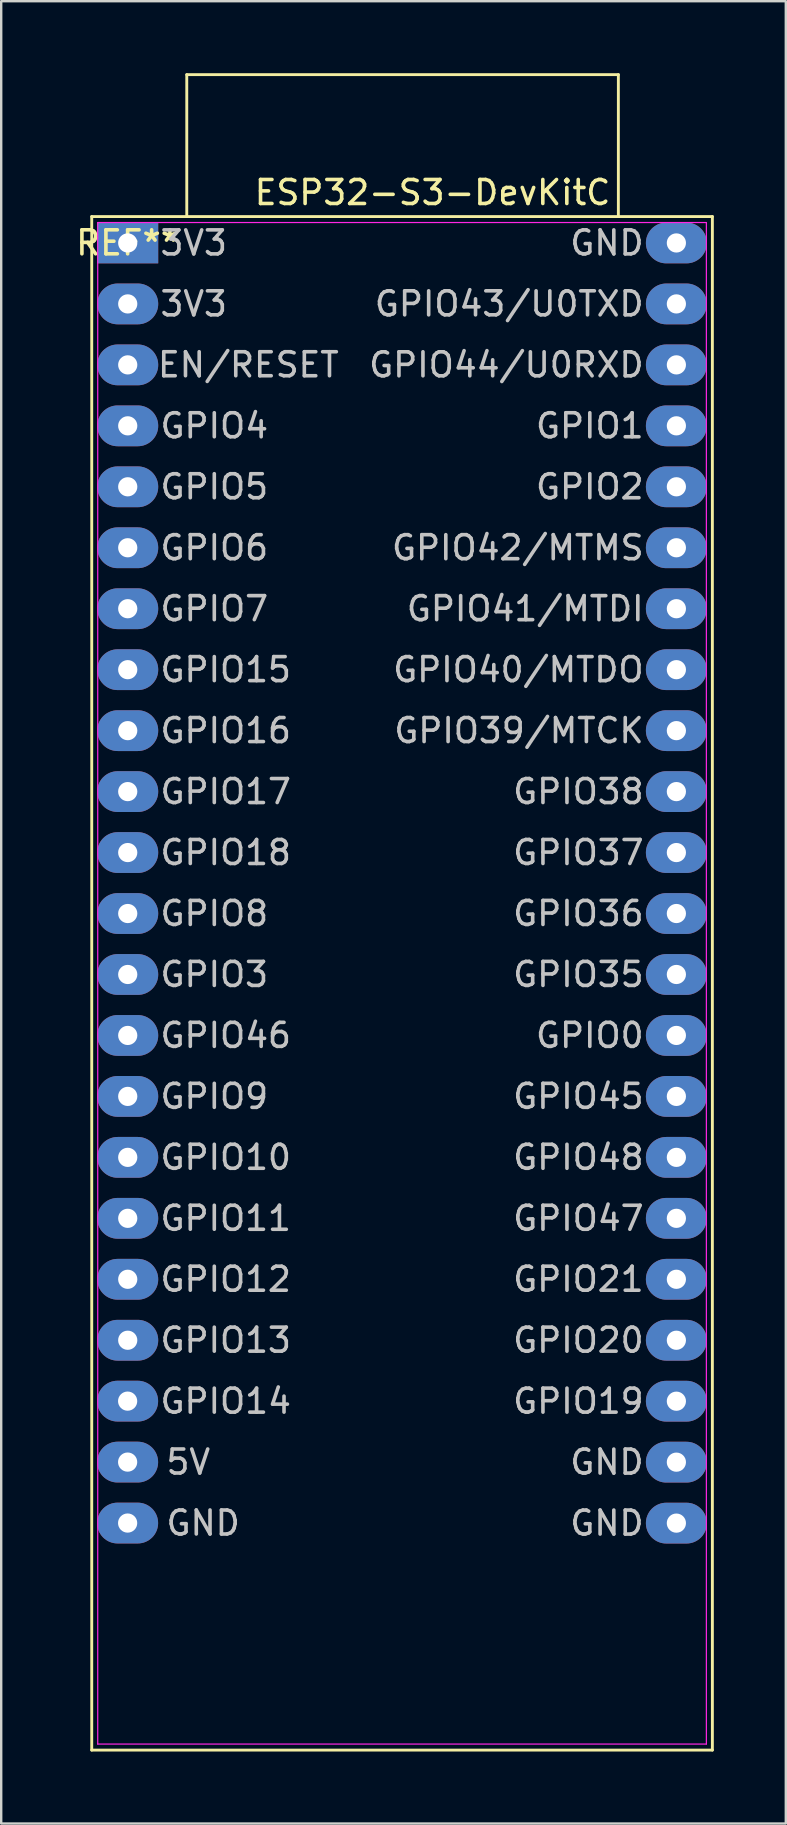
<source format=kicad_pcb>
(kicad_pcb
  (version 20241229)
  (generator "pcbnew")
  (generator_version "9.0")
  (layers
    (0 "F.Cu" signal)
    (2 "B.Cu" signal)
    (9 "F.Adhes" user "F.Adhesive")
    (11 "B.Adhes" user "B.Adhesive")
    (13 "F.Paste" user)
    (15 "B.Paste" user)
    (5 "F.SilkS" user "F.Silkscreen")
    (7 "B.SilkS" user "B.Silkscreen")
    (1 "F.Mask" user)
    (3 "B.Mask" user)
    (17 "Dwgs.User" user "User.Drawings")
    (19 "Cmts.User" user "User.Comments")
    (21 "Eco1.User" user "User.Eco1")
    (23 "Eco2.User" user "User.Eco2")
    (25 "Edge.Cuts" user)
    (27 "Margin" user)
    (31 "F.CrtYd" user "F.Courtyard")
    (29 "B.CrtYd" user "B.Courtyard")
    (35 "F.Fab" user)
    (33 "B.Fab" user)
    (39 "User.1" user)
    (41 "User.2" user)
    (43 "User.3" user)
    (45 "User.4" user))
  (footprint "ESP32-S3-DevKitC"
    (layer "F.Cu")
    (at 2.272 7.073)
    (property "Reference" "ESP32-S3-DevKitC" (at 12.7 -2.1 0) (layer "F.SilkS") (effects (font (size 1 1) (thickness 0.15))))
    (attr through_hole)
    (fp_line (start -1.5 62.797) (end 24.36 62.797) (stroke (width 0.12) (type solid)) (layer "F.SilkS"))
    (fp_line (start -1.5 -1.1) (end -1.5 62.797) (stroke (width 0.12) (type solid)) (layer "F.SilkS"))
    (fp_line (start 2.46 -7.013) (end 20.443 -7.013) (stroke (width 0.12) (type solid)) (layer "F.SilkS"))
    (fp_line (start 2.46 -1.12) (end 2.46 -7.013) (stroke (width 0.12) (type solid)) (layer "F.SilkS"))
    (fp_line (start 20.443 -7.013) (end 20.443 -1.12) (stroke (width 0.12) (type solid)) (layer "F.SilkS"))
    (fp_line (start 24.36 62.797) (end 24.36 -1.1) (stroke (width 0.12) (type solid)) (layer "F.SilkS"))
    (fp_line (start 24.36 -1.1) (end -1.5 -1.1) (stroke (width 0.12) (type solid)) (layer "F.SilkS"))
    (fp_line (start -1.25 -0.85) (end 24.11 -0.85) (stroke (width 0.05) (type solid)) (layer "F.CrtYd"))
    (fp_line (start -1.25 62.547) (end -1.25 -0.85) (stroke (width 0.05) (type solid)) (layer "F.CrtYd"))
    (fp_line (start 24.11 -0.85) (end 24.11 62.547) (stroke (width 0.05) (type solid)) (layer "F.CrtYd"))
    (fp_line (start 24.11 62.547) (end -1.25 62.547) (stroke (width 0.05) (type solid)) (layer "F.CrtYd"))
    (fp_text user "REF**" (at -0.004 -0.003 0) (layer "F.SilkS") (effects (font (size 1 1) (thickness 0.15))))
    (fp_text user "GPIO7" (at 1.27 15.24 0) (unlocked yes) (layer "Dwgs.User") (effects (font (size 1 1) (thickness 0.15)) (justify left)))
    (fp_text user "GPIO16" (at 1.27 20.32 0) (unlocked yes) (layer "Dwgs.User") (effects (font (size 1 1) (thickness 0.15)) (justify left)))
    (fp_text user "GPIO48" (at 21.59 38.1 0) (unlocked yes) (layer "Dwgs.User") (effects (font (size 1 1) (thickness 0.15)) (justify right)))
    (fp_text user "GPIO38" (at 21.59 22.86 0) (unlocked yes) (layer "Dwgs.User") (effects (font (size 1 1) (thickness 0.15)) (justify right)))
    (fp_text user "GND" (at 21.59 53.34 0) (unlocked yes) (layer "Dwgs.User") (effects (font (size 1 1) (thickness 0.15)) (justify right)))
    (fp_text user "GND" (at 21.59 50.8 0) (unlocked yes) (layer "Dwgs.User") (effects (font (size 1 1) (thickness 0.15)) (justify right)))
    (fp_text user "GPIO13" (at 1.27 45.72 0) (unlocked yes) (layer "Dwgs.User") (effects (font (size 1 1) (thickness 0.15)) (justify left)))
    (fp_text user "GPIO8" (at 1.27 27.94 0) (unlocked yes) (layer "Dwgs.User") (effects (font (size 1 1) (thickness 0.15)) (justify left)))
    (fp_text user "GPIO46" (at 1.27 33.02 0) (unlocked yes) (layer "Dwgs.User") (effects (font (size 1 1) (thickness 0.15)) (justify left)))
    (fp_text user "GPIO10" (at 1.27 38.1 0) (unlocked yes) (layer "Dwgs.User") (effects (font (size 1 1) (thickness 0.15)) (justify left)))
    (fp_text user "5V" (at 1.52 50.797 0) (unlocked yes) (layer "Dwgs.User") (effects (font (size 1 1) (thickness 0.15)) (justify left)))
    (fp_text user "GPIO1" (at 21.59 7.62 0) (unlocked yes) (layer "Dwgs.User") (effects (font (size 1 1) (thickness 0.15)) (justify right)))
    (fp_text user "GPIO41/MTDI" (at 21.59 15.24 0) (unlocked yes) (layer "Dwgs.User") (effects (font (size 1 1) (thickness 0.15)) (justify right)))
    (fp_text user "GPIO39/MTCK" (at 21.59 20.32 0) (unlocked yes) (layer "Dwgs.User") (effects (font (size 1 1) (thickness 0.15)) (justify right)))
    (fp_text user "GPIO5" (at 1.27 10.16 0) (unlocked yes) (layer "Dwgs.User") (effects (font (size 1 1) (thickness 0.15)) (justify left)))
    (fp_text user "GPIO3" (at 1.27 30.48 0) (unlocked yes) (layer "Dwgs.User") (effects (font (size 1 1) (thickness 0.15)) (justify left)))
    (fp_text user "GPIO14" (at 1.27 48.26 0) (unlocked yes) (layer "Dwgs.User") (effects (font (size 1 1) (thickness 0.15)) (justify left)))
    (fp_text user "GPIO9" (at 1.27 35.56 0) (unlocked yes) (layer "Dwgs.User") (effects (font (size 1 1) (thickness 0.15)) (justify left)))
    (fp_text user "GPIO36" (at 21.59 27.94 0) (unlocked yes) (layer "Dwgs.User") (effects (font (size 1 1) (thickness 0.15)) (justify right)))
    (fp_text user "GPIO17" (at 1.27 22.86 0) (unlocked yes) (layer "Dwgs.User") (effects (font (size 1 1) (thickness 0.15)) (justify left)))
    (fp_text user "GND" (at 21.59 0 0) (unlocked yes) (layer "Dwgs.User") (effects (font (size 1 1) (thickness 0.15)) (justify right)))
    (fp_text user "GPIO2" (at 21.59 10.16 0) (unlocked yes) (layer "Dwgs.User") (effects (font (size 1 1) (thickness 0.15)) (justify right)))
    (fp_text user "GPIO45" (at 21.59 35.56 0) (unlocked yes) (layer "Dwgs.User") (effects (font (size 1 1) (thickness 0.15)) (justify right)))
    (fp_text user "GPIO35" (at 21.59 30.48 0) (unlocked yes) (layer "Dwgs.User") (effects (font (size 1 1) (thickness 0.15)) (justify right)))
    (fp_text user "GND" (at 1.52 53.337 0) (unlocked yes) (layer "Dwgs.User") (effects (font (size 1 1) (thickness 0.15)) (justify left)))
    (fp_text user "3V3" (at 1.27 2.54 0) (unlocked yes) (layer "Dwgs.User") (effects (font (size 1 1) (thickness 0.15)) (justify left)))
    (fp_text user "GPIO15" (at 1.27 17.78 0) (unlocked yes) (layer "Dwgs.User") (effects (font (size 1 1) (thickness 0.15)) (justify left)))
    (fp_text user "GPIO0" (at 21.59 33.02 0) (unlocked yes) (layer "Dwgs.User") (effects (font (size 1 1) (thickness 0.15)) (justify right)))
    (fp_text user "GPIO21" (at 21.59 43.18 0) (unlocked yes) (layer "Dwgs.User") (effects (font (size 1 1) (thickness 0.15)) (justify right)))
    (fp_text user "GPIO12" (at 1.27 43.18 0) (unlocked yes) (layer "Dwgs.User") (effects (font (size 1 1) (thickness 0.15)) (justify left)))
    (fp_text user "GPIO4" (at 1.27 7.62 0) (unlocked yes) (layer "Dwgs.User") (effects (font (size 1 1) (thickness 0.15)) (justify left)))
    (fp_text user "GPIO19" (at 21.59 48.26 0) (unlocked yes) (layer "Dwgs.User") (effects (font (size 1 1) (thickness 0.15)) (justify right)))
    (fp_text user "EN/RESET" (at 8.886 5.077 0) (unlocked yes) (layer "Dwgs.User") (effects (font (size 1 1) (thickness 0.15)) (justify right)))
    (fp_text user "GPIO20" (at 21.59 45.72 0) (unlocked yes) (layer "Dwgs.User") (effects (font (size 1 1) (thickness 0.15)) (justify right)))
    (fp_text user "GPIO40/MTDO" (at 21.59 17.78 0) (unlocked yes) (layer "Dwgs.User") (effects (font (size 1 1) (thickness 0.15)) (justify right)))
    (fp_text user "GPIO44/U0RXD" (at 21.59 5.08 0) (unlocked yes) (layer "Dwgs.User") (effects (font (size 1 1) (thickness 0.15)) (justify right)))
    (fp_text user "GPIO6" (at 1.27 12.7 0) (unlocked yes) (layer "Dwgs.User") (effects (font (size 1 1) (thickness 0.15)) (justify left)))
    (fp_text user "GPIO37" (at 21.59 25.4 0) (unlocked yes) (layer "Dwgs.User") (effects (font (size 1 1) (thickness 0.15)) (justify right)))
    (fp_text user "GPIO42/MTMS" (at 21.59 12.7 0) (unlocked yes) (layer "Dwgs.User") (effects (font (size 1 1) (thickness 0.15)) (justify right)))
    (fp_text user "GPIO18" (at 1.27 25.4 0) (unlocked yes) (layer "Dwgs.User") (effects (font (size 1 1) (thickness 0.15)) (justify left)))
    (fp_text user "GPIO47" (at 21.59 40.64 0) (unlocked yes) (layer "Dwgs.User") (effects (font (size 1 1) (thickness 0.15)) (justify right)))
    (fp_text user "GPIO11" (at 1.27 40.64 0) (unlocked yes) (layer "Dwgs.User") (effects (font (size 1 1) (thickness 0.15)) (justify left)))
    (fp_text user "3V3" (at 1.27 0 0) (unlocked yes) (layer "Dwgs.User") (effects (font (size 1 1) (thickness 0.15)) (justify left)))
    (fp_text user "GPIO43/U0TXD" (at 21.59 2.54 0) (unlocked yes) (layer "Dwgs.User") (effects (font (size 1 1) (thickness 0.15)) (justify right)))
    (pad "1" thru_hole rect (at 0 0 270) (size 1.7 2.54) (drill 0.8) (layers "*.Cu" "*.Mask"))
    (pad "2" thru_hole oval (at 0 2.54 270) (size 1.7 2.54) (drill 0.8) (layers "*.Cu" "*.Mask"))
    (pad "3" thru_hole oval (at 0 5.08 270) (size 1.7 2.54) (drill 0.8) (layers "*.Cu" "*.Mask"))
    (pad "4" thru_hole oval (at 0 7.62 270) (size 1.7 2.54) (drill 0.8) (layers "*.Cu" "*.Mask"))
    (pad "5" thru_hole oval (at 0 10.16 270) (size 1.7 2.54) (drill 0.8) (layers "*.Cu" "*.Mask"))
    (pad "6" thru_hole oval (at 0 12.7 270) (size 1.7 2.54) (drill 0.8) (layers "*.Cu" "*.Mask"))
    (pad "7" thru_hole oval (at 0 15.24 270) (size 1.7 2.54) (drill 0.8) (layers "*.Cu" "*.Mask"))
    (pad "8" thru_hole oval (at 0 17.78 270) (size 1.7 2.54) (drill 0.8) (layers "*.Cu" "*.Mask"))
    (pad "9" thru_hole oval (at 0 20.32 270) (size 1.7 2.54) (drill 0.8) (layers "*.Cu" "*.Mask"))
    (pad "10" thru_hole oval (at 0 22.86 270) (size 1.7 2.54) (drill 0.8) (layers "*.Cu" "*.Mask"))
    (pad "11" thru_hole oval (at 0 25.4 270) (size 1.7 2.54) (drill 0.8) (layers "*.Cu" "*.Mask"))
    (pad "12" thru_hole oval (at 0 27.94 270) (size 1.7 2.54) (drill 0.8) (layers "*.Cu" "*.Mask"))
    (pad "13" thru_hole oval (at 0 30.48 270) (size 1.7 2.54) (drill 0.8) (layers "*.Cu" "*.Mask"))
    (pad "14" thru_hole oval (at 0 33.02 270) (size 1.7 2.54) (drill 0.8) (layers "*.Cu" "*.Mask"))
    (pad "15" thru_hole oval (at 0 35.56 270) (size 1.7 2.54) (drill 0.8) (layers "*.Cu" "*.Mask"))
    (pad "16" thru_hole oval (at 0 38.1 270) (size 1.7 2.54) (drill 0.8) (layers "*.Cu" "*.Mask"))
    (pad "17" thru_hole oval (at 0 40.64 270) (size 1.7 2.54) (drill 0.8) (layers "*.Cu" "*.Mask"))
    (pad "18" thru_hole oval (at 0 43.18 270) (size 1.7 2.54) (drill 0.8) (layers "*.Cu" "*.Mask"))
    (pad "19" thru_hole oval (at 0 45.72 270) (size 1.7 2.54) (drill 0.8) (layers "*.Cu" "*.Mask"))
    (pad "20" thru_hole oval (at -0.004 48.257 270) (size 1.7 2.54) (drill 0.8) (layers "*.Cu" "*.Mask"))
    (pad "21" thru_hole oval (at -0.004 50.797 270) (size 1.7 2.54) (drill 0.8) (layers "*.Cu" "*.Mask"))
    (pad "22" thru_hole oval (at -0.004 53.337 270) (size 1.7 2.54) (drill 0.8) (layers "*.Cu" "*.Mask"))
    (pad "23" thru_hole oval (at 22.86 53.34 270) (size 1.7 2.54) (drill 0.8) (layers "*.Cu" "*.Mask"))
    (pad "24" thru_hole oval (at 22.86 50.8 270) (size 1.7 2.54) (drill 0.8) (layers "*.Cu" "*.Mask"))
    (pad "25" thru_hole oval (at 22.86 48.26 270) (size 1.7 2.54) (drill 0.8) (layers "*.Cu" "*.Mask"))
    (pad "26" thru_hole oval (at 22.86 45.72 270) (size 1.7 2.54) (drill 0.8) (layers "*.Cu" "*.Mask"))
    (pad "27" thru_hole oval (at 22.86 43.18 270) (size 1.7 2.54) (drill 0.8) (layers "*.Cu" "*.Mask"))
    (pad "28" thru_hole oval (at 22.86 40.64 270) (size 1.7 2.54) (drill 0.8) (layers "*.Cu" "*.Mask"))
    (pad "29" thru_hole oval (at 22.86 38.1 270) (size 1.7 2.54) (drill 0.8) (layers "*.Cu" "*.Mask"))
    (pad "30" thru_hole oval (at 22.86 35.56 270) (size 1.7 2.54) (drill 0.8) (layers "*.Cu" "*.Mask"))
    (pad "31" thru_hole oval (at 22.86 33.02 270) (size 1.7 2.54) (drill 0.8) (layers "*.Cu" "*.Mask"))
    (pad "32" thru_hole oval (at 22.86 30.48 270) (size 1.7 2.54) (drill 0.8) (layers "*.Cu" "*.Mask"))
    (pad "33" thru_hole oval (at 22.86 27.94 270) (size 1.7 2.54) (drill 0.8) (layers "*.Cu" "*.Mask"))
    (pad "34" thru_hole oval (at 22.86 25.4 270) (size 1.7 2.54) (drill 0.8) (layers "*.Cu" "*.Mask"))
    (pad "35" thru_hole oval (at 22.86 22.86 270) (size 1.7 2.54) (drill 0.8) (layers "*.Cu" "*.Mask"))
    (pad "36" thru_hole oval (at 22.86 20.32 270) (size 1.7 2.54) (drill 0.8) (layers "*.Cu" "*.Mask"))
    (pad "37" thru_hole oval (at 22.86 17.78 270) (size 1.7 2.54) (drill 0.8) (layers "*.Cu" "*.Mask"))
    (pad "38" thru_hole oval (at 22.86 15.24 270) (size 1.7 2.54) (drill 0.8) (layers "*.Cu" "*.Mask"))
    (pad "39" thru_hole oval (at 22.86 12.7 270) (size 1.7 2.54) (drill 0.8) (layers "*.Cu" "*.Mask"))
    (pad "40" thru_hole oval (at 22.86 10.16 270) (size 1.7 2.54) (drill 0.8) (layers "*.Cu" "*.Mask"))
    (pad "41" thru_hole oval (at 22.86 7.62 270) (size 1.7 2.54) (drill 0.8) (layers "*.Cu" "*.Mask"))
    (pad "42" thru_hole oval (at 22.86 5.08 270) (size 1.7 2.54) (drill 0.8) (layers "*.Cu" "*.Mask"))
    (pad "43" thru_hole oval (at 22.86 2.54 270) (size 1.7 2.54) (drill 0.8) (layers "*.Cu" "*.Mask"))
    (pad "44" thru_hole oval (at 22.86 0 270) (size 1.7 2.54) (drill 0.8) (layers "*.Cu" "*.Mask")))
  (gr_rect
    (start -3 -3)
    (end 29.692 72.93)
    (stroke (width 0.1) (type default))
    (fill no)
    (layer "Edge.Cuts")))
</source>
